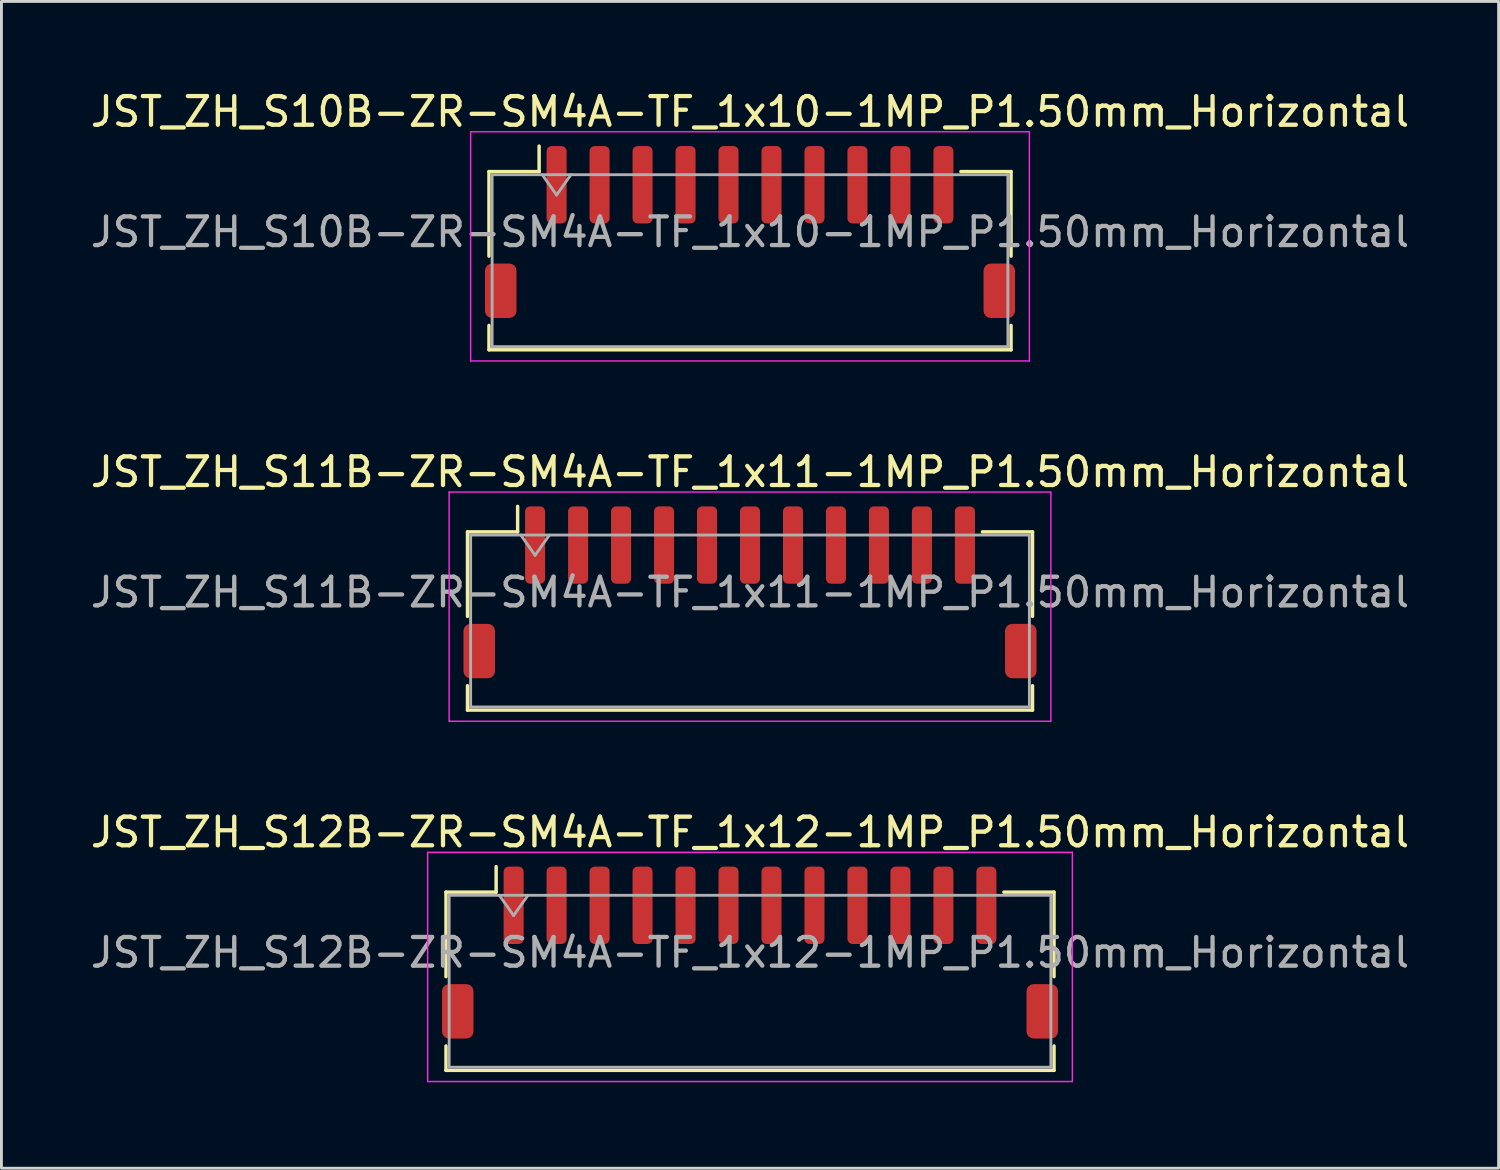
<source format=kicad_pcb>
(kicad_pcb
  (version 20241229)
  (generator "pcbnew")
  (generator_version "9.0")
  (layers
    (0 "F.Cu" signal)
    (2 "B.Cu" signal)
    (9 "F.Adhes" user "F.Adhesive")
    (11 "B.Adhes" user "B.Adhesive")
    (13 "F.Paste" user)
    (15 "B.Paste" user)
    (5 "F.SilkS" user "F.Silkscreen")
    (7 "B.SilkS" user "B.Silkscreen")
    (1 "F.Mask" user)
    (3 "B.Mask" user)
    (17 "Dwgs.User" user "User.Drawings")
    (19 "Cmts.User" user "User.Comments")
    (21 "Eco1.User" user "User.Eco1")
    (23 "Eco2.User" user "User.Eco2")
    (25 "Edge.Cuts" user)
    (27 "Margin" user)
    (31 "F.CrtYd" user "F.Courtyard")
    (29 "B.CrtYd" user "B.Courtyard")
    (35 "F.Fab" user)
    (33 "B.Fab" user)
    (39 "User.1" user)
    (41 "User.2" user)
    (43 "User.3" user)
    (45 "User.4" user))
  (footprint "JST_ZH_S10B-ZR-SM4A-TF_1x10-1MP_P1.50mm_Horizontal"
    (layer "F.Cu")
    (at 23.125 5.048)
    (property "Reference" "JST_ZH_S10B-ZR-SM4A-TF_1x10-1MP_P1.50mm_Horizontal" (at 0 -4.2 0) (layer "F.SilkS") (effects (font (size 1 1) (thickness 0.15))))
    (attr smd)
    (fp_line (start -9.11 -2.11) (end -7.36 -2.11) (stroke (width 0.12) (type solid)) (layer "F.SilkS"))
    (fp_line (start -9.11 0.84) (end -9.11 -2.11) (stroke (width 0.12) (type solid)) (layer "F.SilkS"))
    (fp_line (start -9.11 3.26) (end -9.11 4.11) (stroke (width 0.12) (type solid)) (layer "F.SilkS"))
    (fp_line (start -9.11 4.11) (end 9.11 4.11) (stroke (width 0.12) (type solid)) (layer "F.SilkS"))
    (fp_line (start -7.36 -2.11) (end -7.36 -3) (stroke (width 0.12) (type solid)) (layer "F.SilkS"))
    (fp_line (start 9.11 -2.11) (end 7.36 -2.11) (stroke (width 0.12) (type solid)) (layer "F.SilkS"))
    (fp_line (start 9.11 0.84) (end 9.11 -2.11) (stroke (width 0.12) (type solid)) (layer "F.SilkS"))
    (fp_line (start 9.11 4.11) (end 9.11 3.26) (stroke (width 0.12) (type solid)) (layer "F.SilkS"))
    (fp_line (start -9.75 -3.5) (end -9.75 4.5) (stroke (width 0.05) (type solid)) (layer "F.CrtYd"))
    (fp_line (start -9.75 4.5) (end 9.75 4.5) (stroke (width 0.05) (type solid)) (layer "F.CrtYd"))
    (fp_line (start 9.75 -3.5) (end -9.75 -3.5) (stroke (width 0.05) (type solid)) (layer "F.CrtYd"))
    (fp_line (start 9.75 4.5) (end 9.75 -3.5) (stroke (width 0.05) (type solid)) (layer "F.CrtYd"))
    (fp_line (start -9 -2) (end -9 4) (stroke (width 0.1) (type solid)) (layer "F.Fab"))
    (fp_line (start -9 -2) (end 9 -2) (stroke (width 0.1) (type solid)) (layer "F.Fab"))
    (fp_line (start -9 4) (end 9 4) (stroke (width 0.1) (type solid)) (layer "F.Fab"))
    (fp_line (start -7.25 -2) (end -6.75 -1.293) (stroke (width 0.1) (type solid)) (layer "F.Fab"))
    (fp_line (start -6.75 -1.293) (end -6.25 -2) (stroke (width 0.1) (type solid)) (layer "F.Fab"))
    (fp_line (start 9 -2) (end 9 4) (stroke (width 0.1) (type solid)) (layer "F.Fab"))
    (fp_text user "${REFERENCE}" (at 0 0 0) (layer "F.Fab") (effects (font (size 1 1) (thickness 0.15))))
    (pad "1" smd roundrect (at -6.75 -1.65) (size 0.7 2.7) (layers "F.Cu" "F.Mask" "F.Paste") (roundrect_rratio 0.25))
    (pad "2" smd roundrect (at -5.25 -1.65) (size 0.7 2.7) (layers "F.Cu" "F.Mask" "F.Paste") (roundrect_rratio 0.25))
    (pad "3" smd roundrect (at -3.75 -1.65) (size 0.7 2.7) (layers "F.Cu" "F.Mask" "F.Paste") (roundrect_rratio 0.25))
    (pad "4" smd roundrect (at -2.25 -1.65) (size 0.7 2.7) (layers "F.Cu" "F.Mask" "F.Paste") (roundrect_rratio 0.25))
    (pad "5" smd roundrect (at -0.75 -1.65) (size 0.7 2.7) (layers "F.Cu" "F.Mask" "F.Paste") (roundrect_rratio 0.25))
    (pad "6" smd roundrect (at 0.75 -1.65) (size 0.7 2.7) (layers "F.Cu" "F.Mask" "F.Paste") (roundrect_rratio 0.25))
    (pad "7" smd roundrect (at 2.25 -1.65) (size 0.7 2.7) (layers "F.Cu" "F.Mask" "F.Paste") (roundrect_rratio 0.25))
    (pad "8" smd roundrect (at 3.75 -1.65) (size 0.7 2.7) (layers "F.Cu" "F.Mask" "F.Paste") (roundrect_rratio 0.25))
    (pad "9" smd roundrect (at 5.25 -1.65) (size 0.7 2.7) (layers "F.Cu" "F.Mask" "F.Paste") (roundrect_rratio 0.25))
    (pad "10" smd roundrect (at 6.75 -1.65) (size 0.7 2.7) (layers "F.Cu" "F.Mask" "F.Paste") (roundrect_rratio 0.25))
    (pad "MP" smd roundrect (at -8.7 2.05) (size 1.1 1.9) (layers "F.Cu" "F.Mask" "F.Paste") (roundrect_rratio 0.227))
    (pad "MP" smd roundrect (at 8.7 2.05) (size 1.1 1.9) (layers "F.Cu" "F.Mask" "F.Paste") (roundrect_rratio 0.227)))
  (footprint "JST_ZH_S12B-ZR-SM4A-TF_1x12-1MP_P1.50mm_Horizontal"
    (layer "F.Cu")
    (at 23.125 30.195)
    (property "Reference" "JST_ZH_S12B-ZR-SM4A-TF_1x12-1MP_P1.50mm_Horizontal" (at 0 -4.2 0) (layer "F.SilkS") (effects (font (size 1 1) (thickness 0.15))))
    (attr smd)
    (fp_line (start -10.61 -2.11) (end -8.86 -2.11) (stroke (width 0.12) (type solid)) (layer "F.SilkS"))
    (fp_line (start -10.61 0.84) (end -10.61 -2.11) (stroke (width 0.12) (type solid)) (layer "F.SilkS"))
    (fp_line (start -10.61 3.26) (end -10.61 4.11) (stroke (width 0.12) (type solid)) (layer "F.SilkS"))
    (fp_line (start -10.61 4.11) (end 10.61 4.11) (stroke (width 0.12) (type solid)) (layer "F.SilkS"))
    (fp_line (start -8.86 -2.11) (end -8.86 -3) (stroke (width 0.12) (type solid)) (layer "F.SilkS"))
    (fp_line (start 10.61 -2.11) (end 8.86 -2.11) (stroke (width 0.12) (type solid)) (layer "F.SilkS"))
    (fp_line (start 10.61 0.84) (end 10.61 -2.11) (stroke (width 0.12) (type solid)) (layer "F.SilkS"))
    (fp_line (start 10.61 4.11) (end 10.61 3.26) (stroke (width 0.12) (type solid)) (layer "F.SilkS"))
    (fp_line (start -11.25 -3.5) (end -11.25 4.5) (stroke (width 0.05) (type solid)) (layer "F.CrtYd"))
    (fp_line (start -11.25 4.5) (end 11.25 4.5) (stroke (width 0.05) (type solid)) (layer "F.CrtYd"))
    (fp_line (start 11.25 -3.5) (end -11.25 -3.5) (stroke (width 0.05) (type solid)) (layer "F.CrtYd"))
    (fp_line (start 11.25 4.5) (end 11.25 -3.5) (stroke (width 0.05) (type solid)) (layer "F.CrtYd"))
    (fp_line (start -10.5 -2) (end -10.5 4) (stroke (width 0.1) (type solid)) (layer "F.Fab"))
    (fp_line (start -10.5 -2) (end 10.5 -2) (stroke (width 0.1) (type solid)) (layer "F.Fab"))
    (fp_line (start -10.5 4) (end 10.5 4) (stroke (width 0.1) (type solid)) (layer "F.Fab"))
    (fp_line (start -8.75 -2) (end -8.25 -1.293) (stroke (width 0.1) (type solid)) (layer "F.Fab"))
    (fp_line (start -8.25 -1.293) (end -7.75 -2) (stroke (width 0.1) (type solid)) (layer "F.Fab"))
    (fp_line (start 10.5 -2) (end 10.5 4) (stroke (width 0.1) (type solid)) (layer "F.Fab"))
    (fp_text user "${REFERENCE}" (at 0 0 0) (layer "F.Fab") (effects (font (size 1 1) (thickness 0.15))))
    (pad "1" smd roundrect (at -8.25 -1.65) (size 0.7 2.7) (layers "F.Cu" "F.Mask" "F.Paste") (roundrect_rratio 0.25))
    (pad "2" smd roundrect (at -6.75 -1.65) (size 0.7 2.7) (layers "F.Cu" "F.Mask" "F.Paste") (roundrect_rratio 0.25))
    (pad "3" smd roundrect (at -5.25 -1.65) (size 0.7 2.7) (layers "F.Cu" "F.Mask" "F.Paste") (roundrect_rratio 0.25))
    (pad "4" smd roundrect (at -3.75 -1.65) (size 0.7 2.7) (layers "F.Cu" "F.Mask" "F.Paste") (roundrect_rratio 0.25))
    (pad "5" smd roundrect (at -2.25 -1.65) (size 0.7 2.7) (layers "F.Cu" "F.Mask" "F.Paste") (roundrect_rratio 0.25))
    (pad "6" smd roundrect (at -0.75 -1.65) (size 0.7 2.7) (layers "F.Cu" "F.Mask" "F.Paste") (roundrect_rratio 0.25))
    (pad "7" smd roundrect (at 0.75 -1.65) (size 0.7 2.7) (layers "F.Cu" "F.Mask" "F.Paste") (roundrect_rratio 0.25))
    (pad "8" smd roundrect (at 2.25 -1.65) (size 0.7 2.7) (layers "F.Cu" "F.Mask" "F.Paste") (roundrect_rratio 0.25))
    (pad "9" smd roundrect (at 3.75 -1.65) (size 0.7 2.7) (layers "F.Cu" "F.Mask" "F.Paste") (roundrect_rratio 0.25))
    (pad "10" smd roundrect (at 5.25 -1.65) (size 0.7 2.7) (layers "F.Cu" "F.Mask" "F.Paste") (roundrect_rratio 0.25))
    (pad "11" smd roundrect (at 6.75 -1.65) (size 0.7 2.7) (layers "F.Cu" "F.Mask" "F.Paste") (roundrect_rratio 0.25))
    (pad "12" smd roundrect (at 8.25 -1.65) (size 0.7 2.7) (layers "F.Cu" "F.Mask" "F.Paste") (roundrect_rratio 0.25))
    (pad "MP" smd roundrect (at -10.2 2.05) (size 1.1 1.9) (layers "F.Cu" "F.Mask" "F.Paste") (roundrect_rratio 0.227))
    (pad "MP" smd roundrect (at 10.2 2.05) (size 1.1 1.9) (layers "F.Cu" "F.Mask" "F.Paste") (roundrect_rratio 0.227)))
  (footprint "JST_ZH_S11B-ZR-SM4A-TF_1x11-1MP_P1.50mm_Horizontal"
    (layer "F.Cu")
    (at 23.125 17.622)
    (property "Reference" "JST_ZH_S11B-ZR-SM4A-TF_1x11-1MP_P1.50mm_Horizontal" (at 0 -4.2 0) (layer "F.SilkS") (effects (font (size 1 1) (thickness 0.15))))
    (attr smd)
    (fp_line (start -9.86 -2.11) (end -8.11 -2.11) (stroke (width 0.12) (type solid)) (layer "F.SilkS"))
    (fp_line (start -9.86 0.84) (end -9.86 -2.11) (stroke (width 0.12) (type solid)) (layer "F.SilkS"))
    (fp_line (start -9.86 3.26) (end -9.86 4.11) (stroke (width 0.12) (type solid)) (layer "F.SilkS"))
    (fp_line (start -9.86 4.11) (end 9.86 4.11) (stroke (width 0.12) (type solid)) (layer "F.SilkS"))
    (fp_line (start -8.11 -2.11) (end -8.11 -3) (stroke (width 0.12) (type solid)) (layer "F.SilkS"))
    (fp_line (start 9.86 -2.11) (end 8.11 -2.11) (stroke (width 0.12) (type solid)) (layer "F.SilkS"))
    (fp_line (start 9.86 0.84) (end 9.86 -2.11) (stroke (width 0.12) (type solid)) (layer "F.SilkS"))
    (fp_line (start 9.86 4.11) (end 9.86 3.26) (stroke (width 0.12) (type solid)) (layer "F.SilkS"))
    (fp_line (start -10.5 -3.5) (end -10.5 4.5) (stroke (width 0.05) (type solid)) (layer "F.CrtYd"))
    (fp_line (start -10.5 4.5) (end 10.5 4.5) (stroke (width 0.05) (type solid)) (layer "F.CrtYd"))
    (fp_line (start 10.5 -3.5) (end -10.5 -3.5) (stroke (width 0.05) (type solid)) (layer "F.CrtYd"))
    (fp_line (start 10.5 4.5) (end 10.5 -3.5) (stroke (width 0.05) (type solid)) (layer "F.CrtYd"))
    (fp_line (start -9.75 -2) (end -9.75 4) (stroke (width 0.1) (type solid)) (layer "F.Fab"))
    (fp_line (start -9.75 -2) (end 9.75 -2) (stroke (width 0.1) (type solid)) (layer "F.Fab"))
    (fp_line (start -9.75 4) (end 9.75 4) (stroke (width 0.1) (type solid)) (layer "F.Fab"))
    (fp_line (start -8 -2) (end -7.5 -1.293) (stroke (width 0.1) (type solid)) (layer "F.Fab"))
    (fp_line (start -7.5 -1.293) (end -7 -2) (stroke (width 0.1) (type solid)) (layer "F.Fab"))
    (fp_line (start 9.75 -2) (end 9.75 4) (stroke (width 0.1) (type solid)) (layer "F.Fab"))
    (fp_text user "${REFERENCE}" (at 0 0 0) (layer "F.Fab") (effects (font (size 1 1) (thickness 0.15))))
    (pad "1" smd roundrect (at -7.5 -1.65) (size 0.7 2.7) (layers "F.Cu" "F.Mask" "F.Paste") (roundrect_rratio 0.25))
    (pad "2" smd roundrect (at -6 -1.65) (size 0.7 2.7) (layers "F.Cu" "F.Mask" "F.Paste") (roundrect_rratio 0.25))
    (pad "3" smd roundrect (at -4.5 -1.65) (size 0.7 2.7) (layers "F.Cu" "F.Mask" "F.Paste") (roundrect_rratio 0.25))
    (pad "4" smd roundrect (at -3 -1.65) (size 0.7 2.7) (layers "F.Cu" "F.Mask" "F.Paste") (roundrect_rratio 0.25))
    (pad "5" smd roundrect (at -1.5 -1.65) (size 0.7 2.7) (layers "F.Cu" "F.Mask" "F.Paste") (roundrect_rratio 0.25))
    (pad "6" smd roundrect (at 0 -1.65) (size 0.7 2.7) (layers "F.Cu" "F.Mask" "F.Paste") (roundrect_rratio 0.25))
    (pad "7" smd roundrect (at 1.5 -1.65) (size 0.7 2.7) (layers "F.Cu" "F.Mask" "F.Paste") (roundrect_rratio 0.25))
    (pad "8" smd roundrect (at 3 -1.65) (size 0.7 2.7) (layers "F.Cu" "F.Mask" "F.Paste") (roundrect_rratio 0.25))
    (pad "9" smd roundrect (at 4.5 -1.65) (size 0.7 2.7) (layers "F.Cu" "F.Mask" "F.Paste") (roundrect_rratio 0.25))
    (pad "10" smd roundrect (at 6 -1.65) (size 0.7 2.7) (layers "F.Cu" "F.Mask" "F.Paste") (roundrect_rratio 0.25))
    (pad "11" smd roundrect (at 7.5 -1.65) (size 0.7 2.7) (layers "F.Cu" "F.Mask" "F.Paste") (roundrect_rratio 0.25))
    (pad "MP" smd roundrect (at -9.45 2.05) (size 1.1 1.9) (layers "F.Cu" "F.Mask" "F.Paste") (roundrect_rratio 0.227))
    (pad "MP" smd roundrect (at 9.45 2.05) (size 1.1 1.9) (layers "F.Cu" "F.Mask" "F.Paste") (roundrect_rratio 0.227)))
  (gr_rect
    (start -3 -3)
    (end 49.25 37.72)
    (stroke (width 0.1) (type default))
    (fill no)
    (layer "Edge.Cuts")))
</source>
